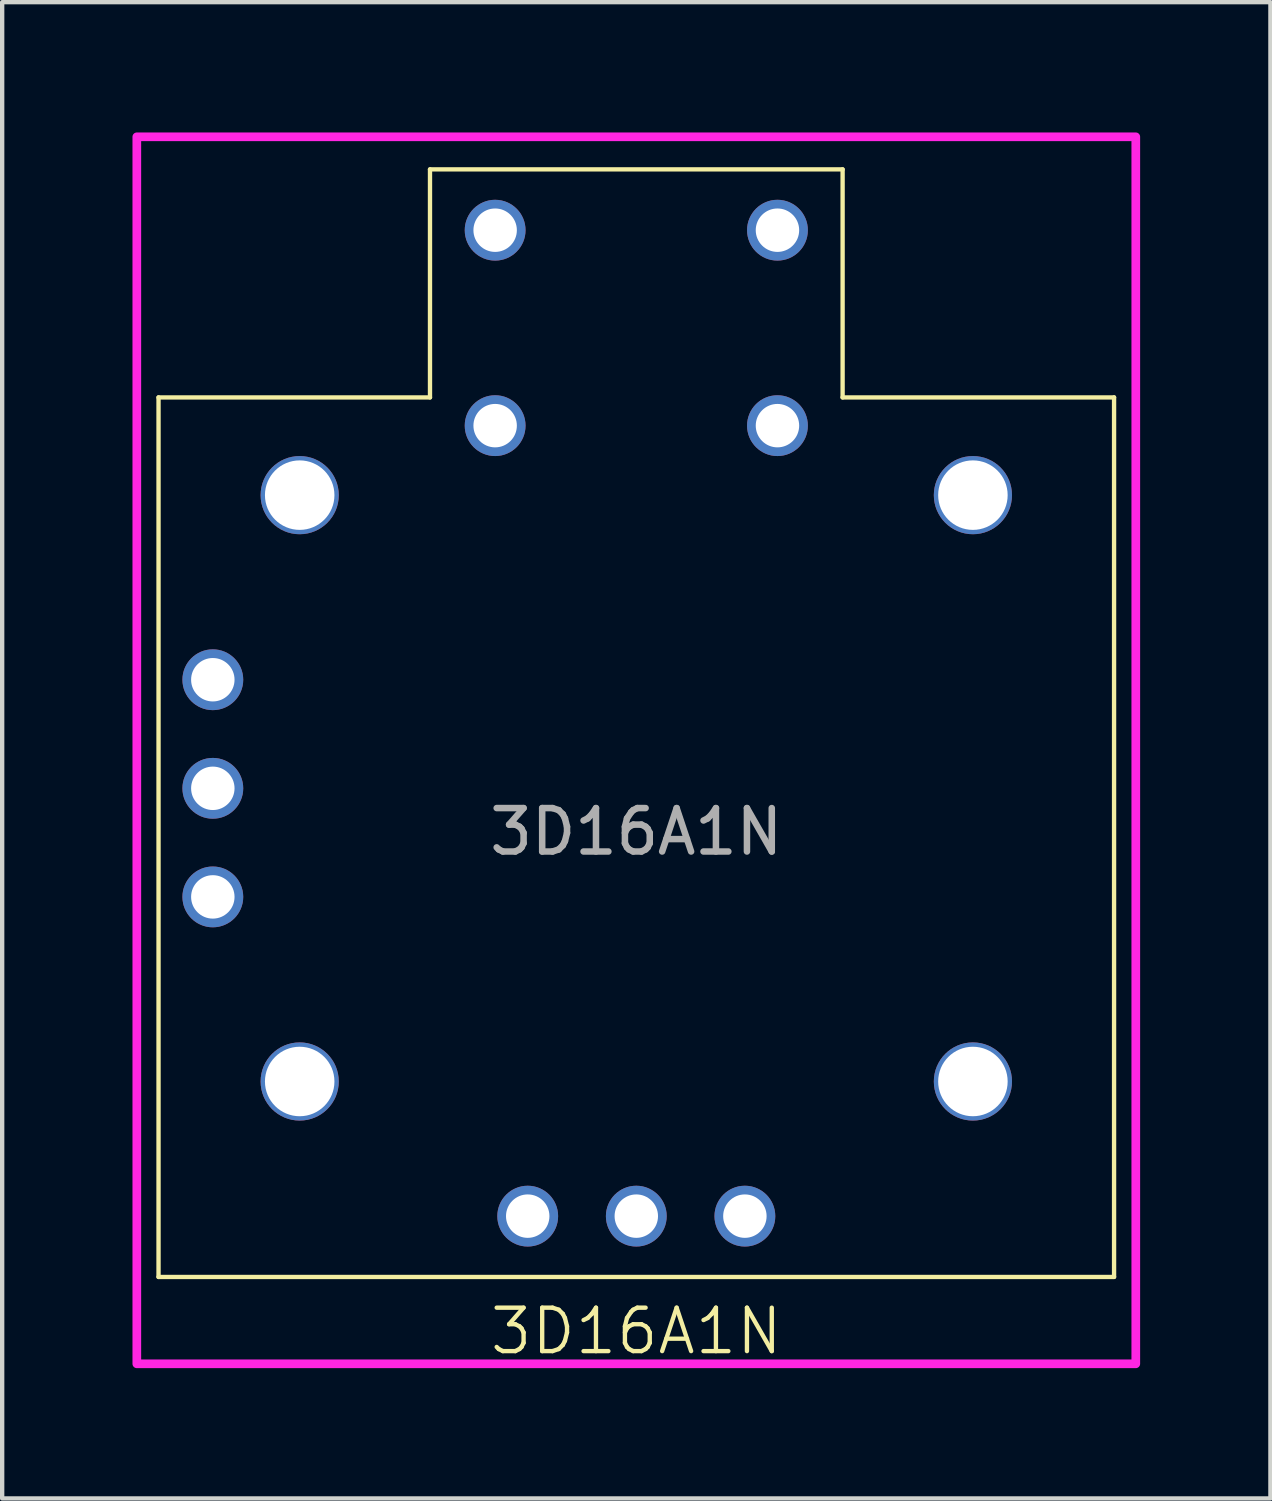
<source format=kicad_pcb>
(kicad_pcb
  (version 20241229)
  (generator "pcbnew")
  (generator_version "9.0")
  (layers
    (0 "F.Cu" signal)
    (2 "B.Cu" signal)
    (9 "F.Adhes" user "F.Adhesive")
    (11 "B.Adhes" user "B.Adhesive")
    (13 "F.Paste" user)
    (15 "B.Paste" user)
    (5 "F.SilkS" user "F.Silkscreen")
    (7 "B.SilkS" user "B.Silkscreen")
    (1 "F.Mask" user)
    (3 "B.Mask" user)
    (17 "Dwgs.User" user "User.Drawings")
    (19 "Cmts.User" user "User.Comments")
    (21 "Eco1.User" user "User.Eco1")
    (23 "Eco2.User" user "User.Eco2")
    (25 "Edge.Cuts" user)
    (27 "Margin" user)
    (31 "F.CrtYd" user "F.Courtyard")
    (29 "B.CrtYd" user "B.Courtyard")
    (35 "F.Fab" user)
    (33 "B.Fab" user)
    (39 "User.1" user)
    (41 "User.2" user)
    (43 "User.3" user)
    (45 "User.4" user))
  (footprint "3D16A1N"
    (layer "F.Cu")
    (at 11.6 15.1)
    (property "Reference" "3D16A1N" (at 0 12.5 0) (unlocked yes) (layer "F.SilkS") (effects (font (size 1 1) (thickness 0.1))))
    (attr through_hole)
    (fp_line (start -11 -9) (end -4.75 -9) (stroke (width 0.1) (type default)) (layer "F.SilkS"))
    (fp_line (start -11 11.25) (end -11 -9) (stroke (width 0.1) (type solid)) (layer "F.SilkS"))
    (fp_line (start -11 11.25) (end 11 11.25) (stroke (width 0.1) (type solid)) (layer "F.SilkS"))
    (fp_line (start -4.75 -14.25) (end 4.75 -14.25) (stroke (width 0.1) (type solid)) (layer "F.SilkS"))
    (fp_line (start -4.75 -9) (end -4.75 -14.25) (stroke (width 0.1) (type default)) (layer "F.SilkS"))
    (fp_line (start 4.75 -9) (end 4.75 -14.25) (stroke (width 0.1) (type default)) (layer "F.SilkS"))
    (fp_line (start 4.75 -9) (end 11 -9) (stroke (width 0.1) (type default)) (layer "F.SilkS"))
    (fp_line (start 11 11.25) (end 11 -9) (stroke (width 0.1) (type solid)) (layer "F.SilkS"))
    (fp_rect (start -11.5 -15) (end 11.5 13.25) (stroke (width 0.2) (type solid)) (fill no) (layer "F.CrtYd"))
    (fp_text user "${REFERENCE}" (at 0 1 0) (unlocked yes) (layer "F.Fab") (effects (font (size 1 1) (thickness 0.15))))
    (pad "" np_thru_hole circle (at -7.75 -6.75 90) (size 1.8 1.8) (drill 1.6) (layers "*.Cu" "*.Mask"))
    (pad "" np_thru_hole circle (at -7.75 6.75 90) (size 1.8 1.8) (drill 1.6) (layers "*.Cu" "*.Mask"))
    (pad "" np_thru_hole circle (at 7.75 -6.75 90) (size 1.8 1.8) (drill 1.6) (layers "*.Cu" "*.Mask"))
    (pad "" np_thru_hole circle (at 7.75 6.75 90) (size 1.8 1.8) (drill 1.6) (layers "*.Cu" "*.Mask"))
    (pad "1" thru_hole circle (at -9.75 -2.5) (size 1.4 1.4) (drill 1) (layers "*.Cu" "*.Mask"))
    (pad "1'" thru_hole circle (at -2.5 9.85) (size 1.4 1.4) (drill 1) (layers "*.Cu" "*.Mask"))
    (pad "2" thru_hole circle (at -9.75 0) (size 1.4 1.4) (drill 1) (layers "*.Cu" "*.Mask"))
    (pad "2'" thru_hole circle (at 0 9.85) (size 1.4 1.4) (drill 1) (layers "*.Cu" "*.Mask"))
    (pad "3" thru_hole circle (at -9.75 2.5) (size 1.4 1.4) (drill 1) (layers "*.Cu" "*.Mask"))
    (pad "3'" thru_hole circle (at 2.5 9.85) (size 1.4 1.4) (drill 1) (layers "*.Cu" "*.Mask"))
    (pad "4" thru_hole circle (at -3.25 -12.85) (size 1.4 1.4) (drill 1) (layers "*.Cu" "*.Mask"))
    (pad "4" thru_hole circle (at -3.25 -8.35) (size 1.4 1.4) (drill 1) (layers "*.Cu" "*.Mask"))
    (pad "5" thru_hole circle (at 3.25 -12.85) (size 1.4 1.4) (drill 1) (layers "*.Cu" "*.Mask"))
    (pad "5" thru_hole circle (at 3.25 -8.35) (size 1.4 1.4) (drill 1) (layers "*.Cu" "*.Mask")))
  (gr_rect
    (start -3 -3)
    (end 26.2 31.45)
    (stroke (width 0.1) (type default))
    (fill no)
    (layer "Edge.Cuts")))
</source>
